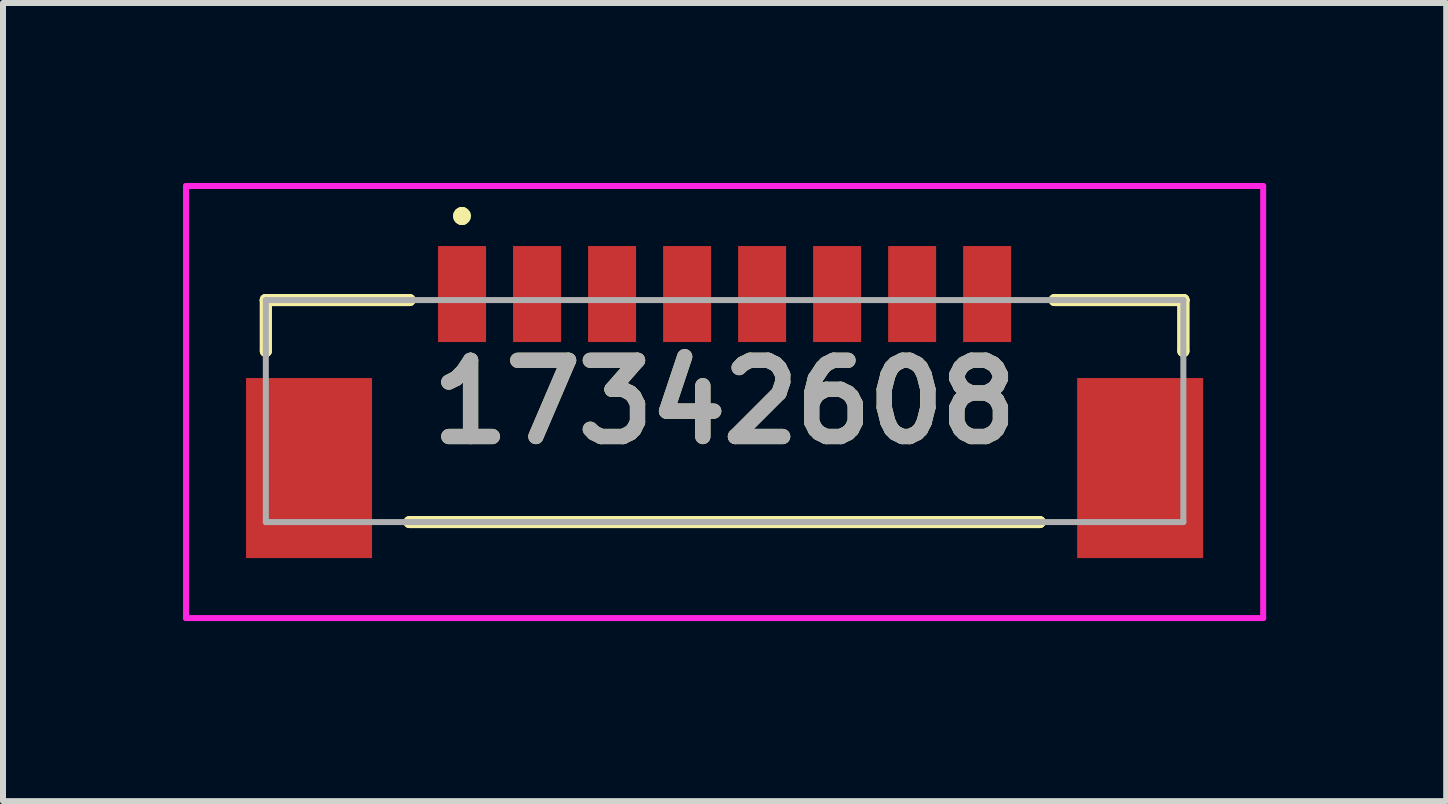
<source format=kicad_pcb>
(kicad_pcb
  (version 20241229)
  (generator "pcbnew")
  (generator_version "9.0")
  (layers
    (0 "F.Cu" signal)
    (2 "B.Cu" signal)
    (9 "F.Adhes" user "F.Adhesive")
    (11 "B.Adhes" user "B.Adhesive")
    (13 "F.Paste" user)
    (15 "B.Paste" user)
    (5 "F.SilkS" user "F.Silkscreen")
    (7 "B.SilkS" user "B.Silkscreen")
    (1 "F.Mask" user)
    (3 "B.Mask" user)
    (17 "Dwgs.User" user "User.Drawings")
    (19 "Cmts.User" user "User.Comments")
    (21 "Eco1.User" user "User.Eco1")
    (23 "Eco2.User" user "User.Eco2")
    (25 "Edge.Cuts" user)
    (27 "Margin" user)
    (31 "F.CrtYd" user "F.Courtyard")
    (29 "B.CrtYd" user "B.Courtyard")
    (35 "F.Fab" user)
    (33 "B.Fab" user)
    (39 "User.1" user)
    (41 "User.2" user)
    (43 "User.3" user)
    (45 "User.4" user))
  (footprint "17342608"
    (layer "F.Cu")
    (at 9.025 3.8)
    (property "Reference" "17342608" (at 0 -0.15 0) (layer "F.SilkS") (effects (font (size 1.27 1.27) (thickness 0.254))))
    (attr smd)
    (fp_line (start -7.645 -1.85) (end -7.645 -1.85) (stroke (width 0.2) (type solid)) (layer "F.SilkS"))
    (fp_line (start -7.645 -1.85) (end -7.645 -1.85) (stroke (width 0.2) (type solid)) (layer "F.SilkS"))
    (fp_line (start -7.645 -1.85) (end -7.645 -1) (stroke (width 0.2) (type solid)) (layer "F.SilkS"))
    (fp_line (start -7.645 -1.85) (end -5.25 -1.85) (stroke (width 0.2) (type solid)) (layer "F.SilkS"))
    (fp_line (start -7.645 -1) (end -7.645 -1.85) (stroke (width 0.2) (type solid)) (layer "F.SilkS"))
    (fp_line (start -7.645 -1) (end -7.645 -1) (stroke (width 0.2) (type solid)) (layer "F.SilkS"))
    (fp_line (start -5.25 -1.85) (end -7.645 -1.85) (stroke (width 0.2) (type solid)) (layer "F.SilkS"))
    (fp_line (start -5.25 -1.85) (end -5.25 -1.85) (stroke (width 0.2) (type solid)) (layer "F.SilkS"))
    (fp_line (start -5.25 1.85) (end -5.25 1.85) (stroke (width 0.2) (type solid)) (layer "F.SilkS"))
    (fp_line (start -5.25 1.85) (end 5.25 1.85) (stroke (width 0.2) (type solid)) (layer "F.SilkS"))
    (fp_line (start -4.375 -3.3) (end -4.375 -3.3) (stroke (width 0.2) (type solid)) (layer "F.SilkS"))
    (fp_line (start -4.375 -3.3) (end -4.375 -3.3) (stroke (width 0.2) (type solid)) (layer "F.SilkS"))
    (fp_line (start -4.375 -3.2) (end -4.375 -3.2) (stroke (width 0.2) (type solid)) (layer "F.SilkS"))
    (fp_line (start 5.25 1.85) (end -5.25 1.85) (stroke (width 0.2) (type solid)) (layer "F.SilkS"))
    (fp_line (start 5.25 1.85) (end 5.25 1.85) (stroke (width 0.2) (type solid)) (layer "F.SilkS"))
    (fp_line (start 5.5 -1.85) (end 5.5 -1.85) (stroke (width 0.2) (type solid)) (layer "F.SilkS"))
    (fp_line (start 5.5 -1.85) (end 7.645 -1.85) (stroke (width 0.2) (type solid)) (layer "F.SilkS"))
    (fp_line (start 7.645 -1.85) (end 5.5 -1.85) (stroke (width 0.2) (type solid)) (layer "F.SilkS"))
    (fp_line (start 7.645 -1.85) (end 7.645 -1.85) (stroke (width 0.2) (type solid)) (layer "F.SilkS"))
    (fp_line (start 7.645 -1.85) (end 7.645 -1.85) (stroke (width 0.2) (type solid)) (layer "F.SilkS"))
    (fp_line (start 7.645 -1.85) (end 7.645 -1) (stroke (width 0.2) (type solid)) (layer "F.SilkS"))
    (fp_line (start 7.645 -1) (end 7.645 -1.85) (stroke (width 0.2) (type solid)) (layer "F.SilkS"))
    (fp_line (start 7.645 -1) (end 7.645 -1) (stroke (width 0.2) (type solid)) (layer "F.SilkS"))
    (fp_arc (start -4.375 -3.3) (mid -4.325 -3.25) (end -4.375 -3.2) (stroke (width 0.2) (type solid)) (layer "F.SilkS"))
    (fp_arc (start -4.375 -3.2) (mid -4.425 -3.25) (end -4.375 -3.3) (stroke (width 0.2) (type solid)) (layer "F.SilkS"))
    (fp_arc (start -4.375 -3.2) (mid -4.425 -3.25) (end -4.375 -3.3) (stroke (width 0.2) (type solid)) (layer "F.SilkS"))
    (fp_line (start -8.975 -3.75) (end 8.975 -3.75) (stroke (width 0.1) (type solid)) (layer "F.CrtYd"))
    (fp_line (start -8.975 3.45) (end -8.975 -3.75) (stroke (width 0.1) (type solid)) (layer "F.CrtYd"))
    (fp_line (start 8.975 -3.75) (end 8.975 3.45) (stroke (width 0.1) (type solid)) (layer "F.CrtYd"))
    (fp_line (start 8.975 3.45) (end -8.975 3.45) (stroke (width 0.1) (type solid)) (layer "F.CrtYd"))
    (fp_line (start -7.645 -1.85) (end -7.645 1.85) (stroke (width 0.1) (type solid)) (layer "F.Fab"))
    (fp_line (start -7.645 1.85) (end 7.645 1.85) (stroke (width 0.1) (type solid)) (layer "F.Fab"))
    (fp_line (start 7.645 -1.85) (end -7.645 -1.85) (stroke (width 0.1) (type solid)) (layer "F.Fab"))
    (fp_line (start 7.645 1.85) (end 7.645 -1.85) (stroke (width 0.1) (type solid)) (layer "F.Fab"))
    (fp_text user "${REFERENCE}" (at 0 -0.15 0) (layer "F.Fab") (effects (font (size 1.27 1.27) (thickness 0.254))))
    (pad "1" smd rect (at -4.375 -1.95) (size 0.8 1.6) (layers "F.Cu" "F.Mask" "F.Paste"))
    (pad "2" smd rect (at -3.125 -1.95) (size 0.8 1.6) (layers "F.Cu" "F.Mask" "F.Paste"))
    (pad "3" smd rect (at -1.875 -1.95) (size 0.8 1.6) (layers "F.Cu" "F.Mask" "F.Paste"))
    (pad "4" smd rect (at -0.625 -1.95) (size 0.8 1.6) (layers "F.Cu" "F.Mask" "F.Paste"))
    (pad "5" smd rect (at 0.625 -1.95) (size 0.8 1.6) (layers "F.Cu" "F.Mask" "F.Paste"))
    (pad "6" smd rect (at 1.875 -1.95) (size 0.8 1.6) (layers "F.Cu" "F.Mask" "F.Paste"))
    (pad "7" smd rect (at 3.125 -1.95) (size 0.8 1.6) (layers "F.Cu" "F.Mask" "F.Paste"))
    (pad "8" smd rect (at 4.375 -1.95) (size 0.8 1.6) (layers "F.Cu" "F.Mask" "F.Paste"))
    (pad "MP1" smd rect (at -6.925 0.95) (size 2.1 3) (layers "F.Cu" "F.Mask" "F.Paste"))
    (pad "MP2" smd rect (at 6.925 0.95) (size 2.1 3) (layers "F.Cu" "F.Mask" "F.Paste")))
  (gr_rect
    (start -3 -3)
    (end 21.05 10.3)
    (stroke (width 0.1) (type default))
    (fill no)
    (layer "Edge.Cuts")))
</source>
